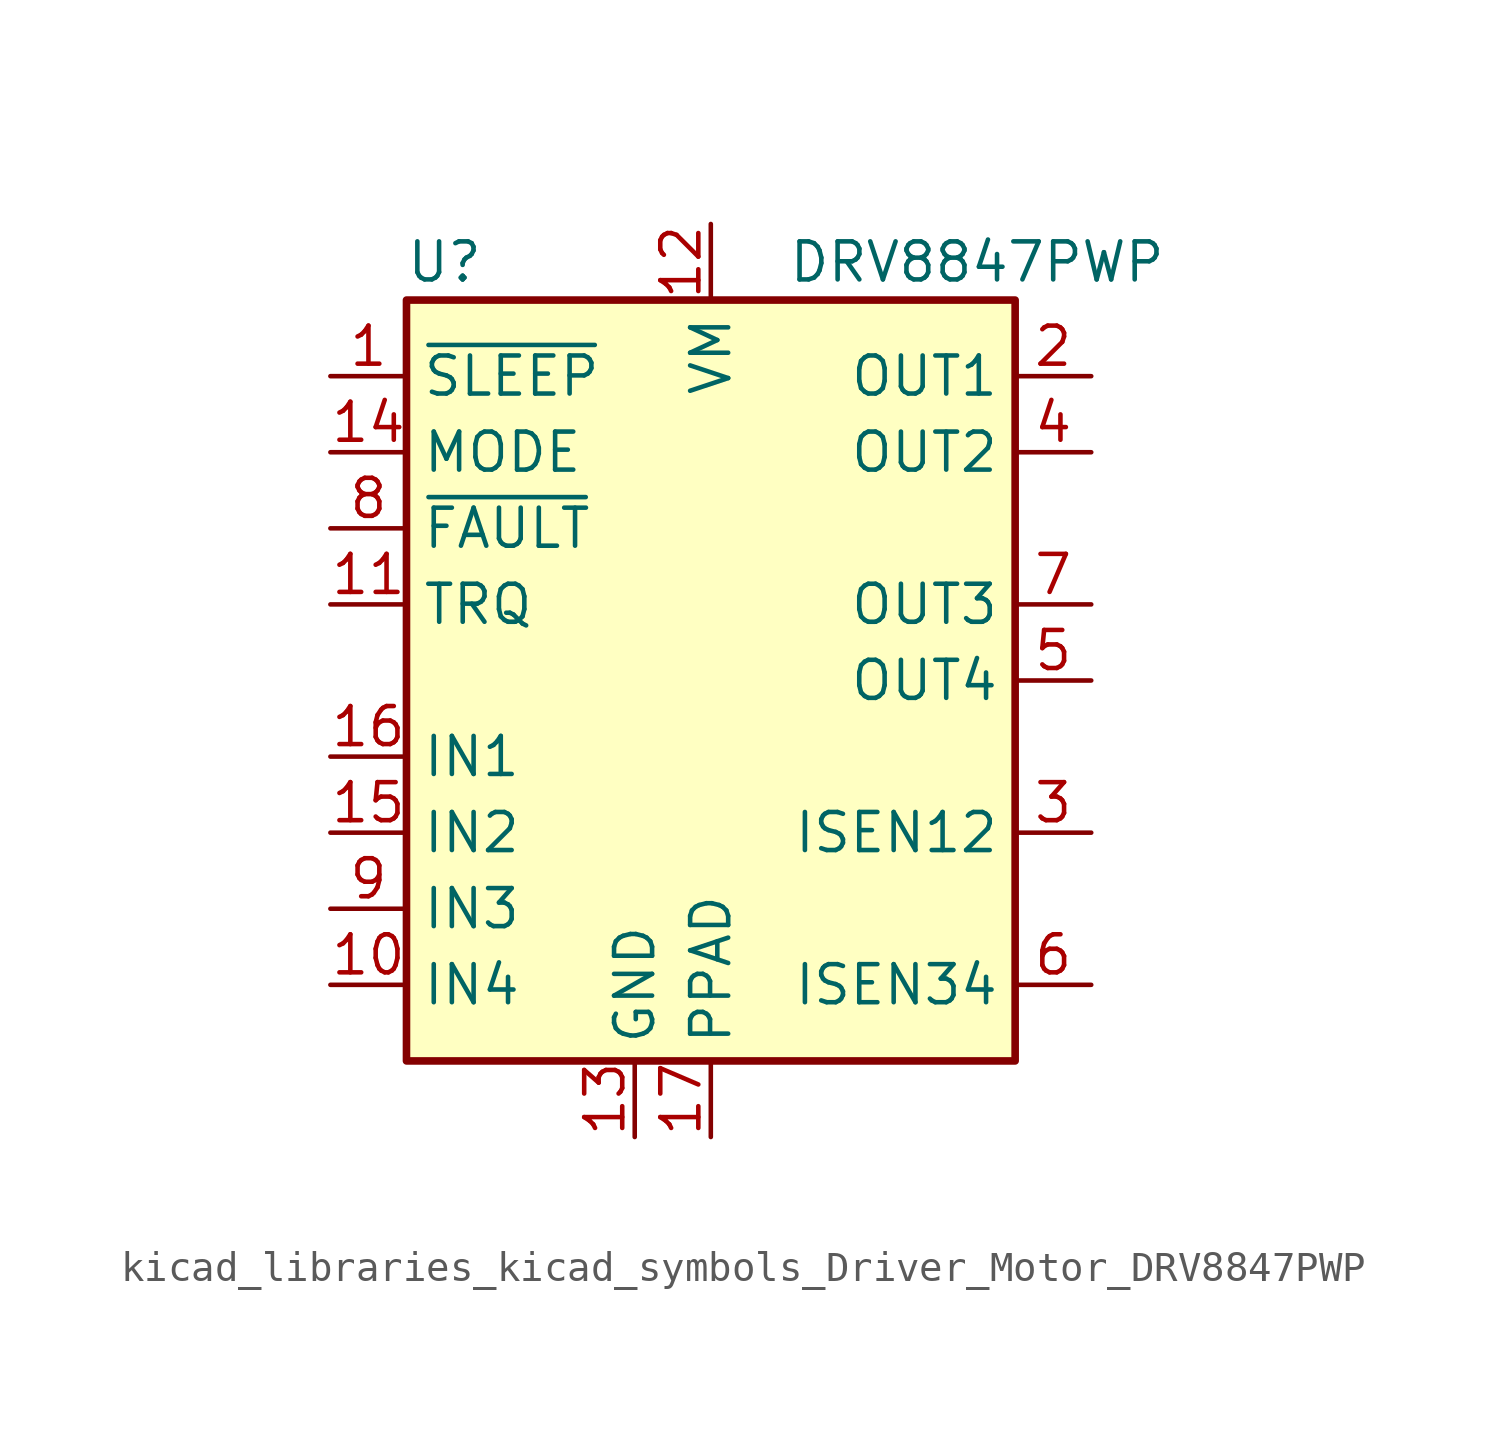
<source format=kicad_sym>
(kicad_symbol_lib
  (version 20220914)
  (generator kicad_symbol_editor)
  (symbol "kicad_libraries_kicad_symbols_Driver_Motor_DRV8847PWP"
    (property "Reference" "U"
      (at -8.89 13.97 0)
      (effects (font (size 1.27 1.27))))
    (property "Value" "DRV8847PWP"
      (at 8.89 13.97 0)
      (effects (font (size 1.27 1.27))))
    (symbol "kicad_libraries_kicad_symbols_Driver_Motor_DRV8847PWP_0_1"
      (rectangle (start -10.16 -12.7) (end 10.16 12.7) (stroke (width 0.254) (type default)) (fill (type background))))
    (symbol "kicad_libraries_kicad_symbols_Driver_Motor_DRV8847PWP_1_1"
      (pin input line (at -12.7 10.16 0) (length 2.54) (name "~{SLEEP}" (effects (font (size 1.27 1.27)))) (number "1" (effects (font (size 1.27 1.27)))))
      (pin input line (at -12.7 -10.16 0) (length 2.54) (name "IN4" (effects (font (size 1.27 1.27)))) (number "10" (effects (font (size 1.27 1.27)))))
      (pin input line (at -12.7 2.54 0) (length 2.54) (name "TRQ" (effects (font (size 1.27 1.27)))) (number "11" (effects (font (size 1.27 1.27)))))
      (pin power_in line (at 0 15.24 270) (length 2.54) (name "VM" (effects (font (size 1.27 1.27)))) (number "12" (effects (font (size 1.27 1.27)))))
      (pin power_in line (at -2.54 -15.24 90) (length 2.54) (name "GND" (effects (font (size 1.27 1.27)))) (number "13" (effects (font (size 1.27 1.27)))))
      (pin input line (at -12.7 7.62 0) (length 2.54) (name "MODE" (effects (font (size 1.27 1.27)))) (number "14" (effects (font (size 1.27 1.27)))))
      (pin input line (at -12.7 -5.08 0) (length 2.54) (name "IN2" (effects (font (size 1.27 1.27)))) (number "15" (effects (font (size 1.27 1.27)))))
      (pin input line (at -12.7 -2.54 0) (length 2.54) (name "IN1" (effects (font (size 1.27 1.27)))) (number "16" (effects (font (size 1.27 1.27)))))
      (pin power_in line (at 0 -15.24 90) (length 2.54) (name "PPAD" (effects (font (size 1.27 1.27)))) (number "17" (effects (font (size 1.27 1.27)))))
      (pin output line (at 12.7 10.16 180) (length 2.54) (name "OUT1" (effects (font (size 1.27 1.27)))) (number "2" (effects (font (size 1.27 1.27)))))
      (pin passive line (at 12.7 -5.08 180) (length 2.54) (name "ISEN12" (effects (font (size 1.27 1.27)))) (number "3" (effects (font (size 1.27 1.27)))))
      (pin output line (at 12.7 7.62 180) (length 2.54) (name "OUT2" (effects (font (size 1.27 1.27)))) (number "4" (effects (font (size 1.27 1.27)))))
      (pin output line (at 12.7 0 180) (length 2.54) (name "OUT4" (effects (font (size 1.27 1.27)))) (number "5" (effects (font (size 1.27 1.27)))))
      (pin passive line (at 12.7 -10.16 180) (length 2.54) (name "ISEN34" (effects (font (size 1.27 1.27)))) (number "6" (effects (font (size 1.27 1.27)))))
      (pin output line (at 12.7 2.54 180) (length 2.54) (name "OUT3" (effects (font (size 1.27 1.27)))) (number "7" (effects (font (size 1.27 1.27)))))
      (pin open_collector line (at -12.7 5.08 0) (length 2.54) (name "~{FAULT}" (effects (font (size 1.27 1.27)))) (number "8" (effects (font (size 1.27 1.27)))))
      (pin input line (at -12.7 -7.62 0) (length 2.54) (name "IN3" (effects (font (size 1.27 1.27)))) (number "9" (effects (font (size 1.27 1.27))))))))
</source>
